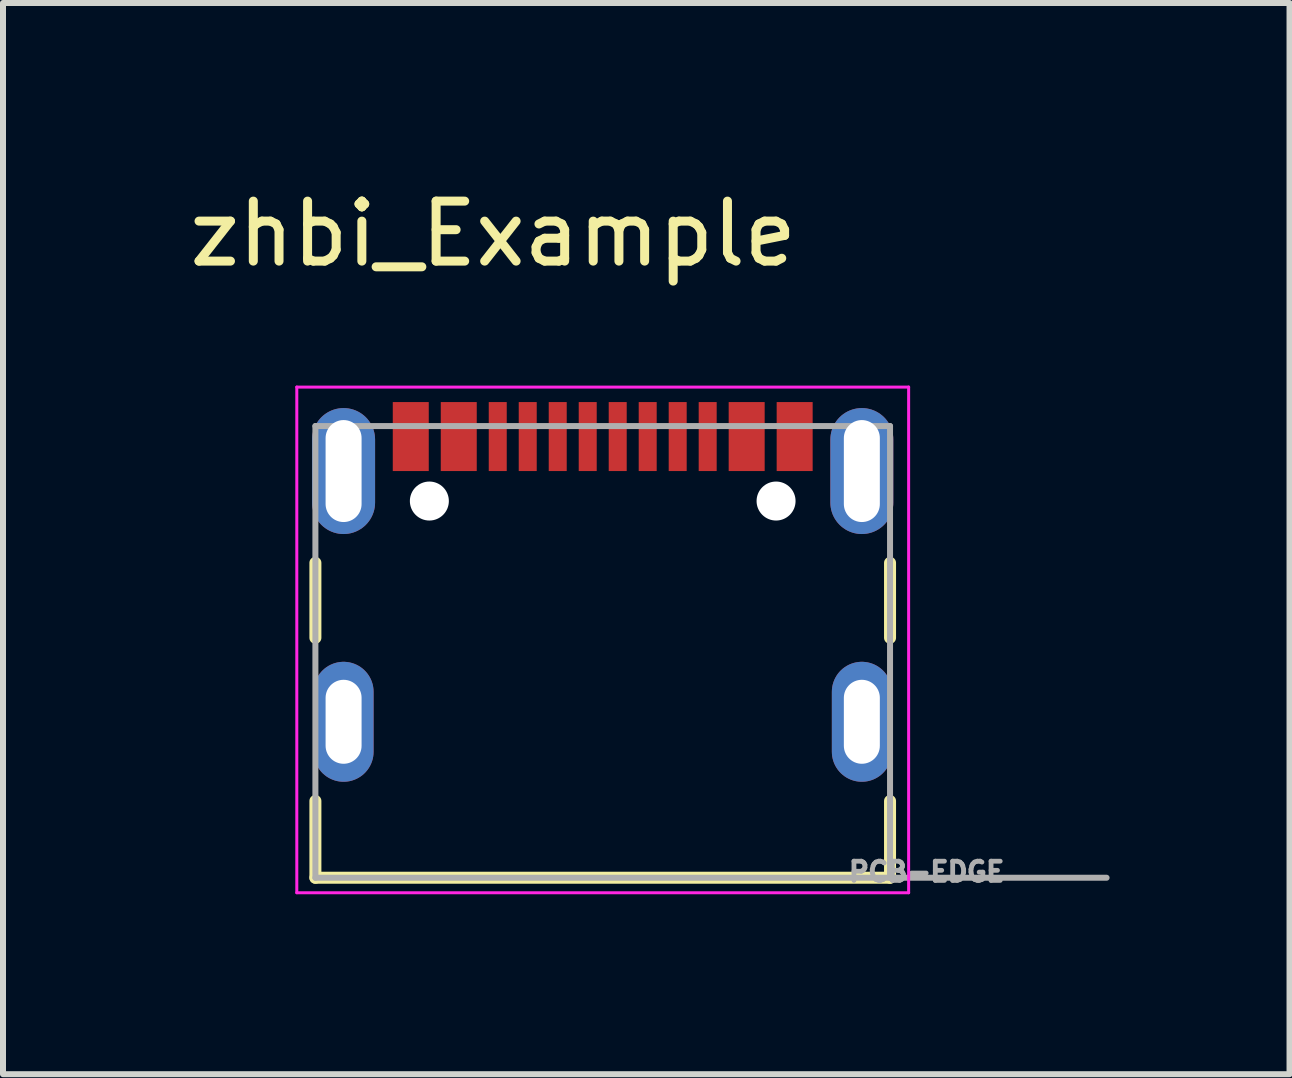
<source format=kicad_pcb>
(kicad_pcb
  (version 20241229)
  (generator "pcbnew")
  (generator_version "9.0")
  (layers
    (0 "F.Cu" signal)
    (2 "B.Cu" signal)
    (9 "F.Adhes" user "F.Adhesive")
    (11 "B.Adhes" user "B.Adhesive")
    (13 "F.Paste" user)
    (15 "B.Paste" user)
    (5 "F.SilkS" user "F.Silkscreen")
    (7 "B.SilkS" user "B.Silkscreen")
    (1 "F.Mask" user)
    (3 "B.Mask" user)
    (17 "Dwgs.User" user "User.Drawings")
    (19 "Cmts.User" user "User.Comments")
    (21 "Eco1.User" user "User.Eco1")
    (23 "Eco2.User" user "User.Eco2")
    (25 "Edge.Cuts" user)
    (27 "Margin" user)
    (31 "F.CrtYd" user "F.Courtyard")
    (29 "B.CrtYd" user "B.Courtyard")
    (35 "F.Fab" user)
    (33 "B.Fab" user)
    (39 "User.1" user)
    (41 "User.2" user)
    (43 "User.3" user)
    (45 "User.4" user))
  (footprint "zhbi_Example"
    (layer "F.Cu")
    (at 6.998 8.983)
    (property "Reference" "zhbi_Example" (at -1.825 -8.135 0) (layer "F.SilkS") (effects (font (size 1 1) (thickness 0.15))))
    (attr through_hole)
    (fp_line (start -4.79 -2.65) (end -4.79 -1.4) (stroke (width 0.2) (type solid)) (layer "F.SilkS"))
    (fp_line (start -4.79 1.32) (end -4.79 2.6) (stroke (width 0.2) (type solid)) (layer "F.SilkS"))
    (fp_line (start -4.79 2.6) (end 4.79 2.6) (stroke (width 0.2) (type solid)) (layer "F.SilkS"))
    (fp_line (start 4.79 -2.65) (end 4.79 -1.4) (stroke (width 0.2) (type solid)) (layer "F.SilkS"))
    (fp_line (start 4.79 2.6) (end 4.79 1.32) (stroke (width 0.2) (type solid)) (layer "F.SilkS"))
    (fp_line (start -5.1 -5.58) (end -5.1 2.85) (stroke (width 0.05) (type solid)) (layer "F.CrtYd"))
    (fp_line (start -5.1 2.85) (end 5.1 2.85) (stroke (width 0.05) (type solid)) (layer "F.CrtYd"))
    (fp_line (start 5.1 -5.58) (end -5.1 -5.58) (stroke (width 0.05) (type solid)) (layer "F.CrtYd"))
    (fp_line (start 5.1 2.85) (end 5.1 -5.58) (stroke (width 0.05) (type solid)) (layer "F.CrtYd"))
    (fp_line (start -4.79 -4.93) (end 4.79 -4.93) (stroke (width 0.1) (type solid)) (layer "F.Fab"))
    (fp_line (start -4.79 2.6) (end -4.79 -4.93) (stroke (width 0.1) (type solid)) (layer "F.Fab"))
    (fp_line (start 4.79 -4.93) (end 4.79 2.6) (stroke (width 0.1) (type solid)) (layer "F.Fab"))
    (fp_line (start 4.79 2.6) (end -4.79 2.6) (stroke (width 0.1) (type solid)) (layer "F.Fab"))
    (fp_line (start 4.8 2.6) (end 8.4 2.6) (stroke (width 0.1) (type solid)) (layer "F.Fab"))
    (fp_text user "PCB-EDGE" (at 5.4 2.5 0) (layer "F.Fab") (effects (font (size 0.32 0.32) (thickness 0.15))))
    (pad "" np_thru_hole circle (at -2.89 -3.68) (size 0.65 0.65) (drill 0.65) (layers "*.Cu" "*.Mask"))
    (pad "" np_thru_hole circle (at 2.89 -3.68) (size 0.65 0.65) (drill 0.65) (layers "*.Cu" "*.Mask"))
    (pad "A1_B12" smd rect (at -3.2 -4.755) (size 0.6 1.15) (layers "F.Cu" "F.Mask" "F.Paste"))
    (pad "A4_B9" smd rect (at -2.4 -4.755) (size 0.6 1.15) (layers "F.Cu" "F.Mask" "F.Paste"))
    (pad "A5" smd rect (at -1.25 -4.755) (size 0.3 1.15) (layers "F.Cu" "F.Mask" "F.Paste"))
    (pad "A6" smd rect (at -0.25 -4.755) (size 0.3 1.15) (layers "F.Cu" "F.Mask" "F.Paste"))
    (pad "A7" smd rect (at 0.25 -4.755) (size 0.3 1.15) (layers "F.Cu" "F.Mask" "F.Paste"))
    (pad "A8" smd rect (at 1.25 -4.755) (size 0.3 1.15) (layers "F.Cu" "F.Mask" "F.Paste"))
    (pad "B1_A12" smd rect (at 3.2 -4.755) (size 0.6 1.15) (layers "F.Cu" "F.Mask" "F.Paste"))
    (pad "B4_A9" smd rect (at 2.4 -4.755) (size 0.6 1.15) (layers "F.Cu" "F.Mask" "F.Paste"))
    (pad "B5" smd rect (at 1.75 -4.755) (size 0.3 1.15) (layers "F.Cu" "F.Mask" "F.Paste"))
    (pad "B6" smd rect (at 0.75 -4.755) (size 0.3 1.15) (layers "F.Cu" "F.Mask" "F.Paste"))
    (pad "B7" smd rect (at -0.75 -4.755) (size 0.3 1.15) (layers "F.Cu" "F.Mask" "F.Paste"))
    (pad "B8" smd rect (at -1.75 -4.755) (size 0.3 1.15) (layers "F.Cu" "F.Mask" "F.Paste"))
    (pad "S1" thru_hole oval (at -4.32 -4.18) (size 1.05 2.1) (drill oval 0.6 1.7) (layers "*.Cu" "*.Mask"))
    (pad "S2" thru_hole oval (at -4.32 0) (size 1 2) (drill oval 0.6 1.4) (layers "*.Cu" "*.Mask"))
    (pad "S3" thru_hole oval (at 4.32 0) (size 1 2) (drill oval 0.6 1.4) (layers "*.Cu" "*.Mask"))
    (pad "S4" thru_hole oval (at 4.32 -4.18) (size 1.05 2.1) (drill oval 0.6 1.7) (layers "*.Cu" "*.Mask")))
  (gr_rect
    (start -3 -3)
    (end 18.448 14.858)
    (stroke (width 0.1) (type default))
    (fill no)
    (layer "Edge.Cuts")))
</source>
